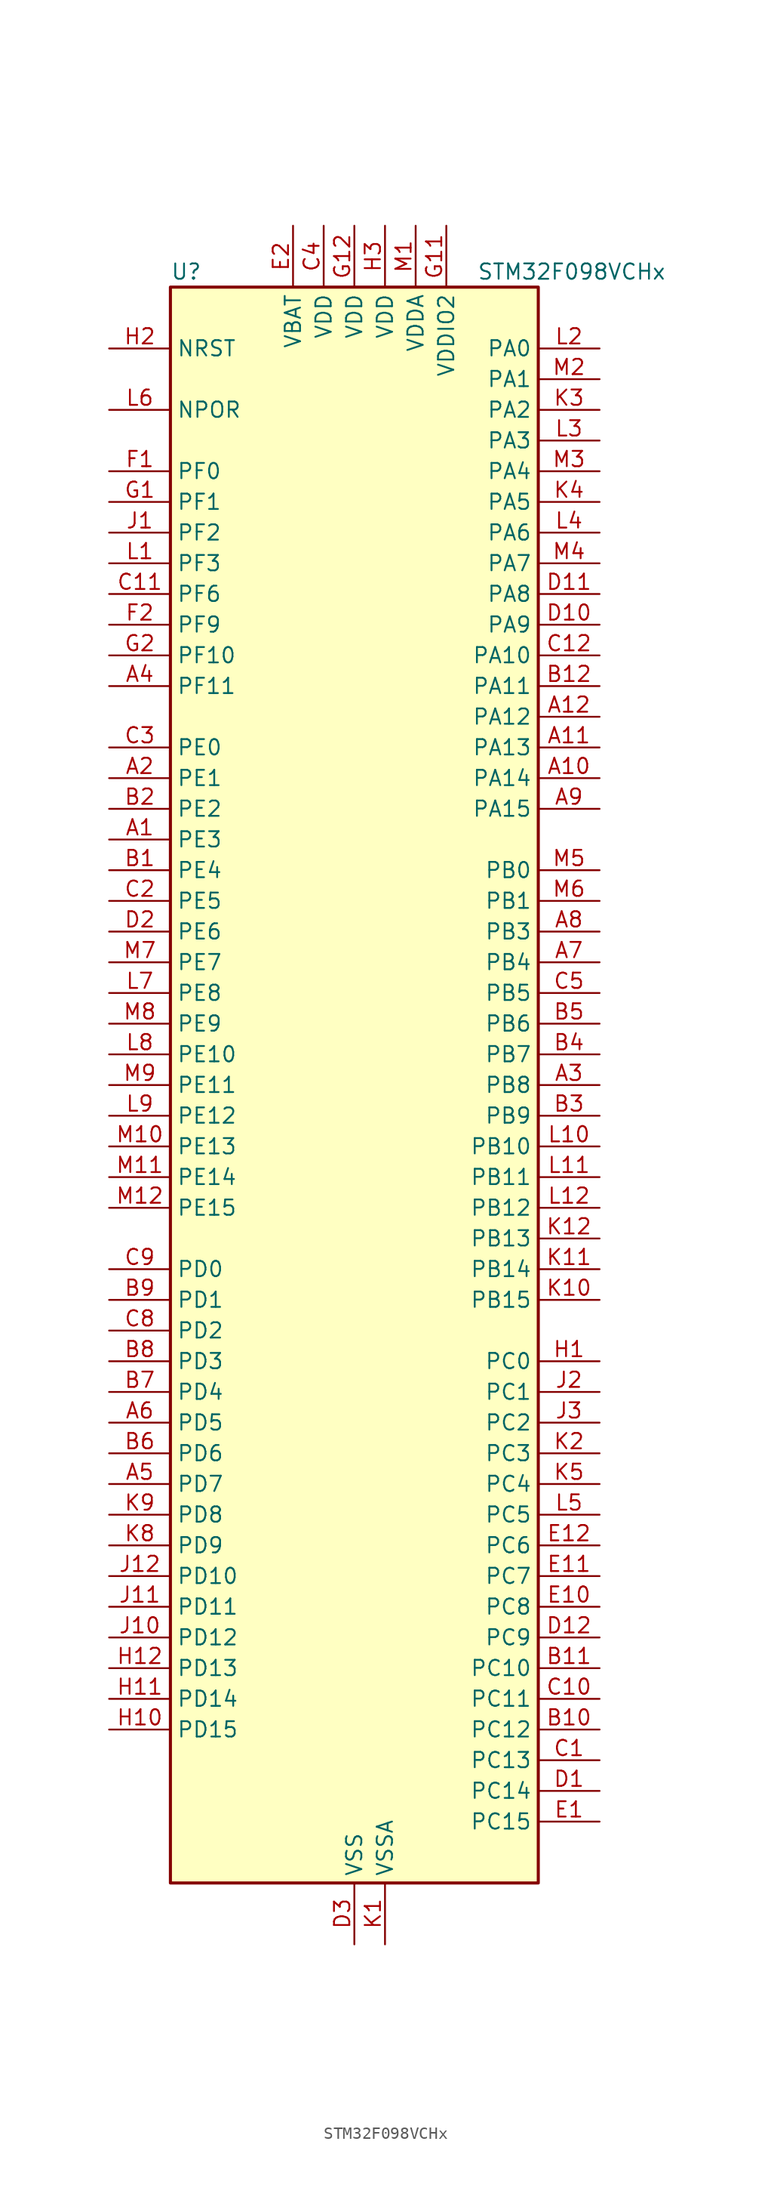
<source format=kicad_sym>
(kicad_symbol_lib
  (version 20241209)
  (generator "kicad_symbol_editor")
  (generator_version "9.0")
  (symbol "STM32F098VCHx"
    (property "Reference" "U"
      (at -15.24 67.31 0)
      (effects (font (size 1.27 1.27)) (justify left)))
    (property "Value" "STM32F098VCHx"
      (at 10.16 67.31 0)
      (effects (font (size 1.27 1.27)) (justify left)))
    (symbol "STM32F098VCHx_0_1"
      (rectangle (start -15.24 -66.04) (end 15.24 66.04) (stroke (width 0.254) (type default)) (fill (type background))))
    (symbol "STM32F098VCHx_1_1"
      (pin input line (at -20.32 60.96 0) (length 5.08) (name "NRST" (effects (font (size 1.27 1.27)))) (number "H2" (effects (font (size 1.27 1.27)))))
      (pin input line (at -20.32 55.88 0) (length 5.08) (name "NPOR" (effects (font (size 1.27 1.27)))) (number "L6" (effects (font (size 1.27 1.27)))))
      (pin bidirectional line (at -20.32 50.8 0) (length 5.08) (name "PF0" (effects (font (size 1.27 1.27)))) (number "F1" (effects (font (size 1.27 1.27)))) (alternate "CRS_SYNC" bidirectional line) (alternate "I2C1_SDA" bidirectional line) (alternate "RCC_OSC_IN" bidirectional line))
      (pin bidirectional line (at -20.32 48.26 0) (length 5.08) (name "PF1" (effects (font (size 1.27 1.27)))) (number "G1" (effects (font (size 1.27 1.27)))) (alternate "I2C1_SCL" bidirectional line) (alternate "RCC_OSC_OUT" bidirectional line))
      (pin bidirectional line (at -20.32 45.72 0) (length 5.08) (name "PF2" (effects (font (size 1.27 1.27)))) (number "J1" (effects (font (size 1.27 1.27)))) (alternate "SYS_WKUP8" bidirectional line) (alternate "USART7_CK" bidirectional line) (alternate "USART7_DE" bidirectional line) (alternate "USART7_RTS" bidirectional line) (alternate "USART7_TX" bidirectional line))
      (pin bidirectional line (at -20.32 43.18 0) (length 5.08) (name "PF3" (effects (font (size 1.27 1.27)))) (number "L1" (effects (font (size 1.27 1.27)))) (alternate "USART6_CK" bidirectional line) (alternate "USART6_DE" bidirectional line) (alternate "USART6_RTS" bidirectional line) (alternate "USART7_RX" bidirectional line))
      (pin bidirectional line (at -20.32 40.64 0) (length 5.08) (name "PF6" (effects (font (size 1.27 1.27)))) (number "C11" (effects (font (size 1.27 1.27)))))
      (pin bidirectional line (at -20.32 38.1 0) (length 5.08) (name "PF9" (effects (font (size 1.27 1.27)))) (number "F2" (effects (font (size 1.27 1.27)))) (alternate "DAC_EXTI9" bidirectional line) (alternate "TIM15_CH1" bidirectional line) (alternate "USART6_TX" bidirectional line))
      (pin bidirectional line (at -20.32 35.56 0) (length 5.08) (name "PF10" (effects (font (size 1.27 1.27)))) (number "G2" (effects (font (size 1.27 1.27)))) (alternate "TIM15_CH2" bidirectional line) (alternate "USART6_RX" bidirectional line))
      (pin bidirectional line (at -20.32 33.02 0) (length 5.08) (name "PF11" (effects (font (size 1.27 1.27)))) (number "A4" (effects (font (size 1.27 1.27)))))
      (pin bidirectional line (at -20.32 27.94 0) (length 5.08) (name "PE0" (effects (font (size 1.27 1.27)))) (number "C3" (effects (font (size 1.27 1.27)))) (alternate "TIM16_CH1" bidirectional line))
      (pin bidirectional line (at -20.32 25.4 0) (length 5.08) (name "PE1" (effects (font (size 1.27 1.27)))) (number "A2" (effects (font (size 1.27 1.27)))) (alternate "TIM17_CH1" bidirectional line))
      (pin bidirectional line (at -20.32 22.86 0) (length 5.08) (name "PE2" (effects (font (size 1.27 1.27)))) (number "B2" (effects (font (size 1.27 1.27)))) (alternate "TIM3_ETR" bidirectional line) (alternate "TSC_G7_IO1" bidirectional line))
      (pin bidirectional line (at -20.32 20.32 0) (length 5.08) (name "PE3" (effects (font (size 1.27 1.27)))) (number "A1" (effects (font (size 1.27 1.27)))) (alternate "TIM3_CH1" bidirectional line) (alternate "TSC_G7_IO2" bidirectional line))
      (pin bidirectional line (at -20.32 17.78 0) (length 5.08) (name "PE4" (effects (font (size 1.27 1.27)))) (number "B1" (effects (font (size 1.27 1.27)))) (alternate "TIM3_CH2" bidirectional line) (alternate "TSC_G7_IO3" bidirectional line))
      (pin bidirectional line (at -20.32 15.24 0) (length 5.08) (name "PE5" (effects (font (size 1.27 1.27)))) (number "C2" (effects (font (size 1.27 1.27)))) (alternate "TIM3_CH3" bidirectional line) (alternate "TSC_G7_IO4" bidirectional line))
      (pin bidirectional line (at -20.32 12.7 0) (length 5.08) (name "PE6" (effects (font (size 1.27 1.27)))) (number "D2" (effects (font (size 1.27 1.27)))) (alternate "RTC_TAMP3" bidirectional line) (alternate "SYS_WKUP3" bidirectional line) (alternate "TIM3_CH4" bidirectional line))
      (pin bidirectional line (at -20.32 10.16 0) (length 5.08) (name "PE7" (effects (font (size 1.27 1.27)))) (number "M7" (effects (font (size 1.27 1.27)))) (alternate "TIM1_ETR" bidirectional line) (alternate "USART5_CK" bidirectional line) (alternate "USART5_DE" bidirectional line) (alternate "USART5_RTS" bidirectional line))
      (pin bidirectional line (at -20.32 7.62 0) (length 5.08) (name "PE8" (effects (font (size 1.27 1.27)))) (number "L7" (effects (font (size 1.27 1.27)))) (alternate "TIM1_CH1N" bidirectional line) (alternate "USART4_TX" bidirectional line))
      (pin bidirectional line (at -20.32 5.08 0) (length 5.08) (name "PE9" (effects (font (size 1.27 1.27)))) (number "M8" (effects (font (size 1.27 1.27)))) (alternate "DAC_EXTI9" bidirectional line) (alternate "TIM1_CH1" bidirectional line) (alternate "USART4_RX" bidirectional line))
      (pin bidirectional line (at -20.32 2.54 0) (length 5.08) (name "PE10" (effects (font (size 1.27 1.27)))) (number "L8" (effects (font (size 1.27 1.27)))) (alternate "TIM1_CH2N" bidirectional line) (alternate "USART5_TX" bidirectional line))
      (pin bidirectional line (at -20.32 0 0) (length 5.08) (name "PE11" (effects (font (size 1.27 1.27)))) (number "M9" (effects (font (size 1.27 1.27)))) (alternate "TIM1_CH2" bidirectional line) (alternate "USART5_RX" bidirectional line))
      (pin bidirectional line (at -20.32 -2.54 0) (length 5.08) (name "PE12" (effects (font (size 1.27 1.27)))) (number "L9" (effects (font (size 1.27 1.27)))) (alternate "I2S1_WS" bidirectional line) (alternate "SPI1_NSS" bidirectional line) (alternate "TIM1_CH3N" bidirectional line))
      (pin bidirectional line (at -20.32 -5.08 0) (length 5.08) (name "PE13" (effects (font (size 1.27 1.27)))) (number "M10" (effects (font (size 1.27 1.27)))) (alternate "I2S1_CK" bidirectional line) (alternate "SPI1_SCK" bidirectional line) (alternate "TIM1_CH3" bidirectional line))
      (pin bidirectional line (at -20.32 -7.62 0) (length 5.08) (name "PE14" (effects (font (size 1.27 1.27)))) (number "M11" (effects (font (size 1.27 1.27)))) (alternate "I2S1_MCK" bidirectional line) (alternate "SPI1_MISO" bidirectional line) (alternate "TIM1_CH4" bidirectional line))
      (pin bidirectional line (at -20.32 -10.16 0) (length 5.08) (name "PE15" (effects (font (size 1.27 1.27)))) (number "M12" (effects (font (size 1.27 1.27)))) (alternate "I2S1_SD" bidirectional line) (alternate "SPI1_MOSI" bidirectional line) (alternate "TIM1_BKIN" bidirectional line))
      (pin bidirectional line (at -20.32 -15.24 0) (length 5.08) (name "PD0" (effects (font (size 1.27 1.27)))) (number "C9" (effects (font (size 1.27 1.27)))) (alternate "CAN_RX" bidirectional line) (alternate "I2S2_WS" bidirectional line) (alternate "SPI2_NSS" bidirectional line))
      (pin bidirectional line (at -20.32 -17.78 0) (length 5.08) (name "PD1" (effects (font (size 1.27 1.27)))) (number "B9" (effects (font (size 1.27 1.27)))) (alternate "CAN_TX" bidirectional line) (alternate "I2S2_CK" bidirectional line) (alternate "SPI2_SCK" bidirectional line))
      (pin bidirectional line (at -20.32 -20.32 0) (length 5.08) (name "PD2" (effects (font (size 1.27 1.27)))) (number "C8" (effects (font (size 1.27 1.27)))) (alternate "TIM3_ETR" bidirectional line) (alternate "USART3_DE" bidirectional line) (alternate "USART3_RTS" bidirectional line) (alternate "USART5_RX" bidirectional line))
      (pin bidirectional line (at -20.32 -22.86 0) (length 5.08) (name "PD3" (effects (font (size 1.27 1.27)))) (number "B8" (effects (font (size 1.27 1.27)))) (alternate "I2S2_MCK" bidirectional line) (alternate "SPI2_MISO" bidirectional line) (alternate "USART2_CTS" bidirectional line))
      (pin bidirectional line (at -20.32 -25.4 0) (length 5.08) (name "PD4" (effects (font (size 1.27 1.27)))) (number "B7" (effects (font (size 1.27 1.27)))) (alternate "I2S2_SD" bidirectional line) (alternate "SPI2_MOSI" bidirectional line) (alternate "USART2_DE" bidirectional line) (alternate "USART2_RTS" bidirectional line))
      (pin bidirectional line (at -20.32 -27.94 0) (length 5.08) (name "PD5" (effects (font (size 1.27 1.27)))) (number "A6" (effects (font (size 1.27 1.27)))) (alternate "USART2_TX" bidirectional line))
      (pin bidirectional line (at -20.32 -30.48 0) (length 5.08) (name "PD6" (effects (font (size 1.27 1.27)))) (number "B6" (effects (font (size 1.27 1.27)))) (alternate "USART2_RX" bidirectional line))
      (pin bidirectional line (at -20.32 -33.02 0) (length 5.08) (name "PD7" (effects (font (size 1.27 1.27)))) (number "A5" (effects (font (size 1.27 1.27)))) (alternate "USART2_CK" bidirectional line))
      (pin bidirectional line (at -20.32 -35.56 0) (length 5.08) (name "PD8" (effects (font (size 1.27 1.27)))) (number "K9" (effects (font (size 1.27 1.27)))) (alternate "USART3_TX" bidirectional line))
      (pin bidirectional line (at -20.32 -38.1 0) (length 5.08) (name "PD9" (effects (font (size 1.27 1.27)))) (number "K8" (effects (font (size 1.27 1.27)))) (alternate "DAC_EXTI9" bidirectional line) (alternate "USART3_RX" bidirectional line))
      (pin bidirectional line (at -20.32 -40.64 0) (length 5.08) (name "PD10" (effects (font (size 1.27 1.27)))) (number "J12" (effects (font (size 1.27 1.27)))) (alternate "USART3_CK" bidirectional line))
      (pin bidirectional line (at -20.32 -43.18 0) (length 5.08) (name "PD11" (effects (font (size 1.27 1.27)))) (number "J11" (effects (font (size 1.27 1.27)))) (alternate "USART3_CTS" bidirectional line))
      (pin bidirectional line (at -20.32 -45.72 0) (length 5.08) (name "PD12" (effects (font (size 1.27 1.27)))) (number "J10" (effects (font (size 1.27 1.27)))) (alternate "TSC_G8_IO1" bidirectional line) (alternate "USART3_DE" bidirectional line) (alternate "USART3_RTS" bidirectional line) (alternate "USART8_CK" bidirectional line) (alternate "USART8_DE" bidirectional line) (alternate "USART8_RTS" bidirectional line))
      (pin bidirectional line (at -20.32 -48.26 0) (length 5.08) (name "PD13" (effects (font (size 1.27 1.27)))) (number "H12" (effects (font (size 1.27 1.27)))) (alternate "TSC_G8_IO2" bidirectional line) (alternate "USART8_TX" bidirectional line))
      (pin bidirectional line (at -20.32 -50.8 0) (length 5.08) (name "PD14" (effects (font (size 1.27 1.27)))) (number "H11" (effects (font (size 1.27 1.27)))) (alternate "TSC_G8_IO3" bidirectional line) (alternate "USART8_RX" bidirectional line))
      (pin bidirectional line (at -20.32 -53.34 0) (length 5.08) (name "PD15" (effects (font (size 1.27 1.27)))) (number "H10" (effects (font (size 1.27 1.27)))) (alternate "CRS_SYNC" bidirectional line) (alternate "TSC_G8_IO4" bidirectional line) (alternate "USART7_CK" bidirectional line) (alternate "USART7_DE" bidirectional line) (alternate "USART7_RTS" bidirectional line))
      (pin no_connect line (at -15.24 -66.04 0) (length 5.08) (hide yes) (name "NC" (effects (font (size 1.27 1.27)))) (number "E3" (effects (font (size 1.27 1.27)))))
      (pin power_in line (at -5.08 71.12 270) (length 5.08) (name "VBAT" (effects (font (size 1.27 1.27)))) (number "E2" (effects (font (size 1.27 1.27)))))
      (pin power_in line (at -2.54 71.12 270) (length 5.08) (name "VDD" (effects (font (size 1.27 1.27)))) (number "C4" (effects (font (size 1.27 1.27)))))
      (pin power_in line (at 0 71.12 270) (length 5.08) (name "VDD" (effects (font (size 1.27 1.27)))) (number "G12" (effects (font (size 1.27 1.27)))))
      (pin power_in line (at 0 -71.12 90) (length 5.08) (name "VSS" (effects (font (size 1.27 1.27)))) (number "D3" (effects (font (size 1.27 1.27)))))
      (pin passive line (at 0 -71.12 90) (length 5.08) (hide yes) (name "VSS" (effects (font (size 1.27 1.27)))) (number "F11" (effects (font (size 1.27 1.27)))))
      (pin passive line (at 0 -71.12 90) (length 5.08) (hide yes) (name "VSS" (effects (font (size 1.27 1.27)))) (number "F12" (effects (font (size 1.27 1.27)))))
      (pin power_in line (at 2.54 71.12 270) (length 5.08) (name "VDD" (effects (font (size 1.27 1.27)))) (number "H3" (effects (font (size 1.27 1.27)))))
      (pin power_in line (at 2.54 -71.12 90) (length 5.08) (name "VSSA" (effects (font (size 1.27 1.27)))) (number "K1" (effects (font (size 1.27 1.27)))))
      (pin power_in line (at 5.08 71.12 270) (length 5.08) (name "VDDA" (effects (font (size 1.27 1.27)))) (number "M1" (effects (font (size 1.27 1.27)))))
      (pin power_in line (at 7.62 71.12 270) (length 5.08) (name "VDDIO2" (effects (font (size 1.27 1.27)))) (number "G11" (effects (font (size 1.27 1.27)))))
      (pin bidirectional line (at 20.32 60.96 180) (length 5.08) (name "PA0" (effects (font (size 1.27 1.27)))) (number "L2" (effects (font (size 1.27 1.27)))) (alternate "ADC_IN0" bidirectional line) (alternate "COMP1_INM" bidirectional line) (alternate "COMP1_OUT" bidirectional line) (alternate "RTC_TAMP2" bidirectional line) (alternate "SYS_WKUP1" bidirectional line) (alternate "TIM2_CH1" bidirectional line) (alternate "TIM2_ETR" bidirectional line) (alternate "TSC_G1_IO1" bidirectional line) (alternate "USART2_CTS" bidirectional line) (alternate "USART4_TX" bidirectional line))
      (pin bidirectional line (at 20.32 58.42 180) (length 5.08) (name "PA1" (effects (font (size 1.27 1.27)))) (number "M2" (effects (font (size 1.27 1.27)))) (alternate "ADC_IN1" bidirectional line) (alternate "COMP1_INP" bidirectional line) (alternate "TIM15_CH1N" bidirectional line) (alternate "TIM2_CH2" bidirectional line) (alternate "TSC_G1_IO2" bidirectional line) (alternate "USART2_DE" bidirectional line) (alternate "USART2_RTS" bidirectional line) (alternate "USART4_RX" bidirectional line))
      (pin bidirectional line (at 20.32 55.88 180) (length 5.08) (name "PA2" (effects (font (size 1.27 1.27)))) (number "K3" (effects (font (size 1.27 1.27)))) (alternate "ADC_IN2" bidirectional line) (alternate "COMP2_INM" bidirectional line) (alternate "COMP2_OUT" bidirectional line) (alternate "SYS_WKUP4" bidirectional line) (alternate "TIM15_CH1" bidirectional line) (alternate "TIM2_CH3" bidirectional line) (alternate "TSC_G1_IO3" bidirectional line) (alternate "USART2_TX" bidirectional line))
      (pin bidirectional line (at 20.32 53.34 180) (length 5.08) (name "PA3" (effects (font (size 1.27 1.27)))) (number "L3" (effects (font (size 1.27 1.27)))) (alternate "ADC_IN3" bidirectional line) (alternate "COMP2_INP" bidirectional line) (alternate "TIM15_CH2" bidirectional line) (alternate "TIM2_CH4" bidirectional line) (alternate "TSC_G1_IO4" bidirectional line) (alternate "USART2_RX" bidirectional line))
      (pin bidirectional line (at 20.32 50.8 180) (length 5.08) (name "PA4" (effects (font (size 1.27 1.27)))) (number "M3" (effects (font (size 1.27 1.27)))) (alternate "ADC_IN4" bidirectional line) (alternate "COMP1_INM" bidirectional line) (alternate "COMP2_INM" bidirectional line) (alternate "DAC_OUT1" bidirectional line) (alternate "I2S1_WS" bidirectional line) (alternate "SPI1_NSS" bidirectional line) (alternate "TIM14_CH1" bidirectional line) (alternate "TSC_G2_IO1" bidirectional line) (alternate "USART2_CK" bidirectional line) (alternate "USART6_TX" bidirectional line))
      (pin bidirectional line (at 20.32 48.26 180) (length 5.08) (name "PA5" (effects (font (size 1.27 1.27)))) (number "K4" (effects (font (size 1.27 1.27)))) (alternate "ADC_IN5" bidirectional line) (alternate "CEC" bidirectional line) (alternate "COMP1_INM" bidirectional line) (alternate "COMP2_INM" bidirectional line) (alternate "DAC_OUT2" bidirectional line) (alternate "I2S1_CK" bidirectional line) (alternate "SPI1_SCK" bidirectional line) (alternate "TIM2_CH1" bidirectional line) (alternate "TIM2_ETR" bidirectional line) (alternate "TSC_G2_IO2" bidirectional line) (alternate "USART6_RX" bidirectional line))
      (pin bidirectional line (at 20.32 45.72 180) (length 5.08) (name "PA6" (effects (font (size 1.27 1.27)))) (number "L4" (effects (font (size 1.27 1.27)))) (alternate "ADC_IN6" bidirectional line) (alternate "COMP1_OUT" bidirectional line) (alternate "I2S1_MCK" bidirectional line) (alternate "SPI1_MISO" bidirectional line) (alternate "TIM16_CH1" bidirectional line) (alternate "TIM1_BKIN" bidirectional line) (alternate "TIM3_CH1" bidirectional line) (alternate "TSC_G2_IO3" bidirectional line) (alternate "USART3_CTS" bidirectional line))
      (pin bidirectional line (at 20.32 43.18 180) (length 5.08) (name "PA7" (effects (font (size 1.27 1.27)))) (number "M4" (effects (font (size 1.27 1.27)))) (alternate "ADC_IN7" bidirectional line) (alternate "COMP2_OUT" bidirectional line) (alternate "I2S1_SD" bidirectional line) (alternate "SPI1_MOSI" bidirectional line) (alternate "TIM14_CH1" bidirectional line) (alternate "TIM17_CH1" bidirectional line) (alternate "TIM1_CH1N" bidirectional line) (alternate "TIM3_CH2" bidirectional line) (alternate "TSC_G2_IO4" bidirectional line))
      (pin bidirectional line (at 20.32 40.64 180) (length 5.08) (name "PA8" (effects (font (size 1.27 1.27)))) (number "D11" (effects (font (size 1.27 1.27)))) (alternate "CRS_SYNC" bidirectional line) (alternate "RCC_MCO" bidirectional line) (alternate "TIM1_CH1" bidirectional line) (alternate "USART1_CK" bidirectional line))
      (pin bidirectional line (at 20.32 38.1 180) (length 5.08) (name "PA9" (effects (font (size 1.27 1.27)))) (number "D10" (effects (font (size 1.27 1.27)))) (alternate "DAC_EXTI9" bidirectional line) (alternate "I2C1_SCL" bidirectional line) (alternate "RCC_MCO" bidirectional line) (alternate "TIM15_BKIN" bidirectional line) (alternate "TIM1_CH2" bidirectional line) (alternate "TSC_G4_IO1" bidirectional line) (alternate "USART1_TX" bidirectional line))
      (pin bidirectional line (at 20.32 35.56 180) (length 5.08) (name "PA10" (effects (font (size 1.27 1.27)))) (number "C12" (effects (font (size 1.27 1.27)))) (alternate "I2C1_SDA" bidirectional line) (alternate "TIM17_BKIN" bidirectional line) (alternate "TIM1_CH3" bidirectional line) (alternate "TSC_G4_IO2" bidirectional line) (alternate "USART1_RX" bidirectional line))
      (pin bidirectional line (at 20.32 33.02 180) (length 5.08) (name "PA11" (effects (font (size 1.27 1.27)))) (number "B12" (effects (font (size 1.27 1.27)))) (alternate "CAN_RX" bidirectional line) (alternate "COMP1_OUT" bidirectional line) (alternate "I2C2_SCL" bidirectional line) (alternate "TIM1_CH4" bidirectional line) (alternate "TSC_G4_IO3" bidirectional line) (alternate "USART1_CTS" bidirectional line))
      (pin bidirectional line (at 20.32 30.48 180) (length 5.08) (name "PA12" (effects (font (size 1.27 1.27)))) (number "A12" (effects (font (size 1.27 1.27)))) (alternate "CAN_TX" bidirectional line) (alternate "COMP2_OUT" bidirectional line) (alternate "I2C2_SDA" bidirectional line) (alternate "TIM1_ETR" bidirectional line) (alternate "TSC_G4_IO4" bidirectional line) (alternate "USART1_DE" bidirectional line) (alternate "USART1_RTS" bidirectional line))
      (pin bidirectional line (at 20.32 27.94 180) (length 5.08) (name "PA13" (effects (font (size 1.27 1.27)))) (number "A11" (effects (font (size 1.27 1.27)))) (alternate "IR_OUT" bidirectional line) (alternate "SYS_SWDIO" bidirectional line))
      (pin bidirectional line (at 20.32 25.4 180) (length 5.08) (name "PA14" (effects (font (size 1.27 1.27)))) (number "A10" (effects (font (size 1.27 1.27)))) (alternate "SYS_SWCLK" bidirectional line) (alternate "USART2_TX" bidirectional line))
      (pin bidirectional line (at 20.32 22.86 180) (length 5.08) (name "PA15" (effects (font (size 1.27 1.27)))) (number "A9" (effects (font (size 1.27 1.27)))) (alternate "I2S1_WS" bidirectional line) (alternate "SPI1_NSS" bidirectional line) (alternate "TIM2_CH1" bidirectional line) (alternate "TIM2_ETR" bidirectional line) (alternate "USART2_RX" bidirectional line) (alternate "USART4_DE" bidirectional line) (alternate "USART4_RTS" bidirectional line))
      (pin bidirectional line (at 20.32 17.78 180) (length 5.08) (name "PB0" (effects (font (size 1.27 1.27)))) (number "M5" (effects (font (size 1.27 1.27)))) (alternate "ADC_IN8" bidirectional line) (alternate "TIM1_CH2N" bidirectional line) (alternate "TIM3_CH3" bidirectional line) (alternate "TSC_G3_IO2" bidirectional line) (alternate "USART3_CK" bidirectional line))
      (pin bidirectional line (at 20.32 15.24 180) (length 5.08) (name "PB1" (effects (font (size 1.27 1.27)))) (number "M6" (effects (font (size 1.27 1.27)))) (alternate "ADC_IN9" bidirectional line) (alternate "TIM14_CH1" bidirectional line) (alternate "TIM1_CH3N" bidirectional line) (alternate "TIM3_CH4" bidirectional line) (alternate "TSC_G3_IO3" bidirectional line) (alternate "USART3_DE" bidirectional line) (alternate "USART3_RTS" bidirectional line))
      (pin bidirectional line (at 20.32 12.7 180) (length 5.08) (name "PB3" (effects (font (size 1.27 1.27)))) (number "A8" (effects (font (size 1.27 1.27)))) (alternate "I2S1_CK" bidirectional line) (alternate "SPI1_SCK" bidirectional line) (alternate "TIM2_CH2" bidirectional line) (alternate "TSC_G5_IO1" bidirectional line) (alternate "USART5_TX" bidirectional line))
      (pin bidirectional line (at 20.32 10.16 180) (length 5.08) (name "PB4" (effects (font (size 1.27 1.27)))) (number "A7" (effects (font (size 1.27 1.27)))) (alternate "I2S1_MCK" bidirectional line) (alternate "SPI1_MISO" bidirectional line) (alternate "TIM17_BKIN" bidirectional line) (alternate "TIM3_CH1" bidirectional line) (alternate "TSC_G5_IO2" bidirectional line) (alternate "USART5_RX" bidirectional line))
      (pin bidirectional line (at 20.32 7.62 180) (length 5.08) (name "PB5" (effects (font (size 1.27 1.27)))) (number "C5" (effects (font (size 1.27 1.27)))) (alternate "I2C1_SMBA" bidirectional line) (alternate "I2S1_SD" bidirectional line) (alternate "SPI1_MOSI" bidirectional line) (alternate "SYS_WKUP6" bidirectional line) (alternate "TIM16_BKIN" bidirectional line) (alternate "TIM3_CH2" bidirectional line) (alternate "USART5_CK" bidirectional line) (alternate "USART5_DE" bidirectional line) (alternate "USART5_RTS" bidirectional line))
      (pin bidirectional line (at 20.32 5.08 180) (length 5.08) (name "PB6" (effects (font (size 1.27 1.27)))) (number "B5" (effects (font (size 1.27 1.27)))) (alternate "I2C1_SCL" bidirectional line) (alternate "TIM16_CH1N" bidirectional line) (alternate "TSC_G5_IO3" bidirectional line) (alternate "USART1_TX" bidirectional line))
      (pin bidirectional line (at 20.32 2.54 180) (length 5.08) (name "PB7" (effects (font (size 1.27 1.27)))) (number "B4" (effects (font (size 1.27 1.27)))) (alternate "I2C1_SDA" bidirectional line) (alternate "TIM17_CH1N" bidirectional line) (alternate "TSC_G5_IO4" bidirectional line) (alternate "USART1_RX" bidirectional line) (alternate "USART4_CTS" bidirectional line))
      (pin bidirectional line (at 20.32 0 180) (length 5.08) (name "PB8" (effects (font (size 1.27 1.27)))) (number "A3" (effects (font (size 1.27 1.27)))) (alternate "CAN_RX" bidirectional line) (alternate "CEC" bidirectional line) (alternate "I2C1_SCL" bidirectional line) (alternate "TIM16_CH1" bidirectional line) (alternate "TSC_SYNC" bidirectional line))
      (pin bidirectional line (at 20.32 -2.54 180) (length 5.08) (name "PB9" (effects (font (size 1.27 1.27)))) (number "B3" (effects (font (size 1.27 1.27)))) (alternate "CAN_TX" bidirectional line) (alternate "DAC_EXTI9" bidirectional line) (alternate "I2C1_SDA" bidirectional line) (alternate "I2S2_WS" bidirectional line) (alternate "IR_OUT" bidirectional line) (alternate "SPI2_NSS" bidirectional line) (alternate "TIM17_CH1" bidirectional line))
      (pin bidirectional line (at 20.32 -5.08 180) (length 5.08) (name "PB10" (effects (font (size 1.27 1.27)))) (number "L10" (effects (font (size 1.27 1.27)))) (alternate "CEC" bidirectional line) (alternate "I2C2_SCL" bidirectional line) (alternate "I2S2_CK" bidirectional line) (alternate "SPI2_SCK" bidirectional line) (alternate "TIM2_CH3" bidirectional line) (alternate "TSC_SYNC" bidirectional line) (alternate "USART3_TX" bidirectional line))
      (pin bidirectional line (at 20.32 -7.62 180) (length 5.08) (name "PB11" (effects (font (size 1.27 1.27)))) (number "L11" (effects (font (size 1.27 1.27)))) (alternate "I2C2_SDA" bidirectional line) (alternate "TIM2_CH4" bidirectional line) (alternate "TSC_G6_IO1" bidirectional line) (alternate "USART3_RX" bidirectional line))
      (pin bidirectional line (at 20.32 -10.16 180) (length 5.08) (name "PB12" (effects (font (size 1.27 1.27)))) (number "L12" (effects (font (size 1.27 1.27)))) (alternate "I2S2_WS" bidirectional line) (alternate "SPI2_NSS" bidirectional line) (alternate "TIM15_BKIN" bidirectional line) (alternate "TIM1_BKIN" bidirectional line) (alternate "TSC_G6_IO2" bidirectional line) (alternate "USART3_CK" bidirectional line))
      (pin bidirectional line (at 20.32 -12.7 180) (length 5.08) (name "PB13" (effects (font (size 1.27 1.27)))) (number "K12" (effects (font (size 1.27 1.27)))) (alternate "I2C2_SCL" bidirectional line) (alternate "I2S2_CK" bidirectional line) (alternate "SPI2_SCK" bidirectional line) (alternate "TIM1_CH1N" bidirectional line) (alternate "TSC_G6_IO3" bidirectional line) (alternate "USART3_CTS" bidirectional line))
      (pin bidirectional line (at 20.32 -15.24 180) (length 5.08) (name "PB14" (effects (font (size 1.27 1.27)))) (number "K11" (effects (font (size 1.27 1.27)))) (alternate "I2C2_SDA" bidirectional line) (alternate "I2S2_MCK" bidirectional line) (alternate "SPI2_MISO" bidirectional line) (alternate "TIM15_CH1" bidirectional line) (alternate "TIM1_CH2N" bidirectional line) (alternate "TSC_G6_IO4" bidirectional line) (alternate "USART3_DE" bidirectional line) (alternate "USART3_RTS" bidirectional line))
      (pin bidirectional line (at 20.32 -17.78 180) (length 5.08) (name "PB15" (effects (font (size 1.27 1.27)))) (number "K10" (effects (font (size 1.27 1.27)))) (alternate "I2S2_SD" bidirectional line) (alternate "RTC_REFIN" bidirectional line) (alternate "SPI2_MOSI" bidirectional line) (alternate "SYS_WKUP7" bidirectional line) (alternate "TIM15_CH1N" bidirectional line) (alternate "TIM15_CH2" bidirectional line) (alternate "TIM1_CH3N" bidirectional line))
      (pin bidirectional line (at 20.32 -22.86 180) (length 5.08) (name "PC0" (effects (font (size 1.27 1.27)))) (number "H1" (effects (font (size 1.27 1.27)))) (alternate "ADC_IN10" bidirectional line) (alternate "USART6_TX" bidirectional line) (alternate "USART7_TX" bidirectional line))
      (pin bidirectional line (at 20.32 -25.4 180) (length 5.08) (name "PC1" (effects (font (size 1.27 1.27)))) (number "J2" (effects (font (size 1.27 1.27)))) (alternate "ADC_IN11" bidirectional line) (alternate "USART6_RX" bidirectional line) (alternate "USART7_RX" bidirectional line))
      (pin bidirectional line (at 20.32 -27.94 180) (length 5.08) (name "PC2" (effects (font (size 1.27 1.27)))) (number "J3" (effects (font (size 1.27 1.27)))) (alternate "ADC_IN12" bidirectional line) (alternate "I2S2_MCK" bidirectional line) (alternate "SPI2_MISO" bidirectional line) (alternate "USART8_TX" bidirectional line))
      (pin bidirectional line (at 20.32 -30.48 180) (length 5.08) (name "PC3" (effects (font (size 1.27 1.27)))) (number "K2" (effects (font (size 1.27 1.27)))) (alternate "ADC_IN13" bidirectional line) (alternate "I2S2_SD" bidirectional line) (alternate "SPI2_MOSI" bidirectional line) (alternate "USART8_RX" bidirectional line))
      (pin bidirectional line (at 20.32 -33.02 180) (length 5.08) (name "PC4" (effects (font (size 1.27 1.27)))) (number "K5" (effects (font (size 1.27 1.27)))) (alternate "ADC_IN14" bidirectional line) (alternate "USART3_TX" bidirectional line))
      (pin bidirectional line (at 20.32 -35.56 180) (length 5.08) (name "PC5" (effects (font (size 1.27 1.27)))) (number "L5" (effects (font (size 1.27 1.27)))) (alternate "ADC_IN15" bidirectional line) (alternate "SYS_WKUP5" bidirectional line) (alternate "TSC_G3_IO1" bidirectional line) (alternate "USART3_RX" bidirectional line))
      (pin bidirectional line (at 20.32 -38.1 180) (length 5.08) (name "PC6" (effects (font (size 1.27 1.27)))) (number "E12" (effects (font (size 1.27 1.27)))) (alternate "TIM3_CH1" bidirectional line) (alternate "USART7_TX" bidirectional line))
      (pin bidirectional line (at 20.32 -40.64 180) (length 5.08) (name "PC7" (effects (font (size 1.27 1.27)))) (number "E11" (effects (font (size 1.27 1.27)))) (alternate "TIM3_CH2" bidirectional line) (alternate "USART7_RX" bidirectional line))
      (pin bidirectional line (at 20.32 -43.18 180) (length 5.08) (name "PC8" (effects (font (size 1.27 1.27)))) (number "E10" (effects (font (size 1.27 1.27)))) (alternate "TIM3_CH3" bidirectional line) (alternate "USART8_TX" bidirectional line))
      (pin bidirectional line (at 20.32 -45.72 180) (length 5.08) (name "PC9" (effects (font (size 1.27 1.27)))) (number "D12" (effects (font (size 1.27 1.27)))) (alternate "DAC_EXTI9" bidirectional line) (alternate "TIM3_CH4" bidirectional line) (alternate "USART8_RX" bidirectional line))
      (pin bidirectional line (at 20.32 -48.26 180) (length 5.08) (name "PC10" (effects (font (size 1.27 1.27)))) (number "B11" (effects (font (size 1.27 1.27)))) (alternate "USART3_TX" bidirectional line) (alternate "USART4_TX" bidirectional line))
      (pin bidirectional line (at 20.32 -50.8 180) (length 5.08) (name "PC11" (effects (font (size 1.27 1.27)))) (number "C10" (effects (font (size 1.27 1.27)))) (alternate "USART3_RX" bidirectional line) (alternate "USART4_RX" bidirectional line))
      (pin bidirectional line (at 20.32 -53.34 180) (length 5.08) (name "PC12" (effects (font (size 1.27 1.27)))) (number "B10" (effects (font (size 1.27 1.27)))) (alternate "USART3_CK" bidirectional line) (alternate "USART4_CK" bidirectional line) (alternate "USART5_TX" bidirectional line))
      (pin bidirectional line (at 20.32 -55.88 180) (length 5.08) (name "PC13" (effects (font (size 1.27 1.27)))) (number "C1" (effects (font (size 1.27 1.27)))) (alternate "RTC_OUT_ALARM" bidirectional line) (alternate "RTC_OUT_CALIB" bidirectional line) (alternate "RTC_TAMP1" bidirectional line) (alternate "RTC_TS" bidirectional line) (alternate "SYS_WKUP2" bidirectional line))
      (pin bidirectional line (at 20.32 -58.42 180) (length 5.08) (name "PC14" (effects (font (size 1.27 1.27)))) (number "D1" (effects (font (size 1.27 1.27)))) (alternate "RCC_OSC32_IN" bidirectional line))
      (pin bidirectional line (at 20.32 -60.96 180) (length 5.08) (name "PC15" (effects (font (size 1.27 1.27)))) (number "E1" (effects (font (size 1.27 1.27)))) (alternate "RCC_OSC32_OUT" bidirectional line)))))
</source>
